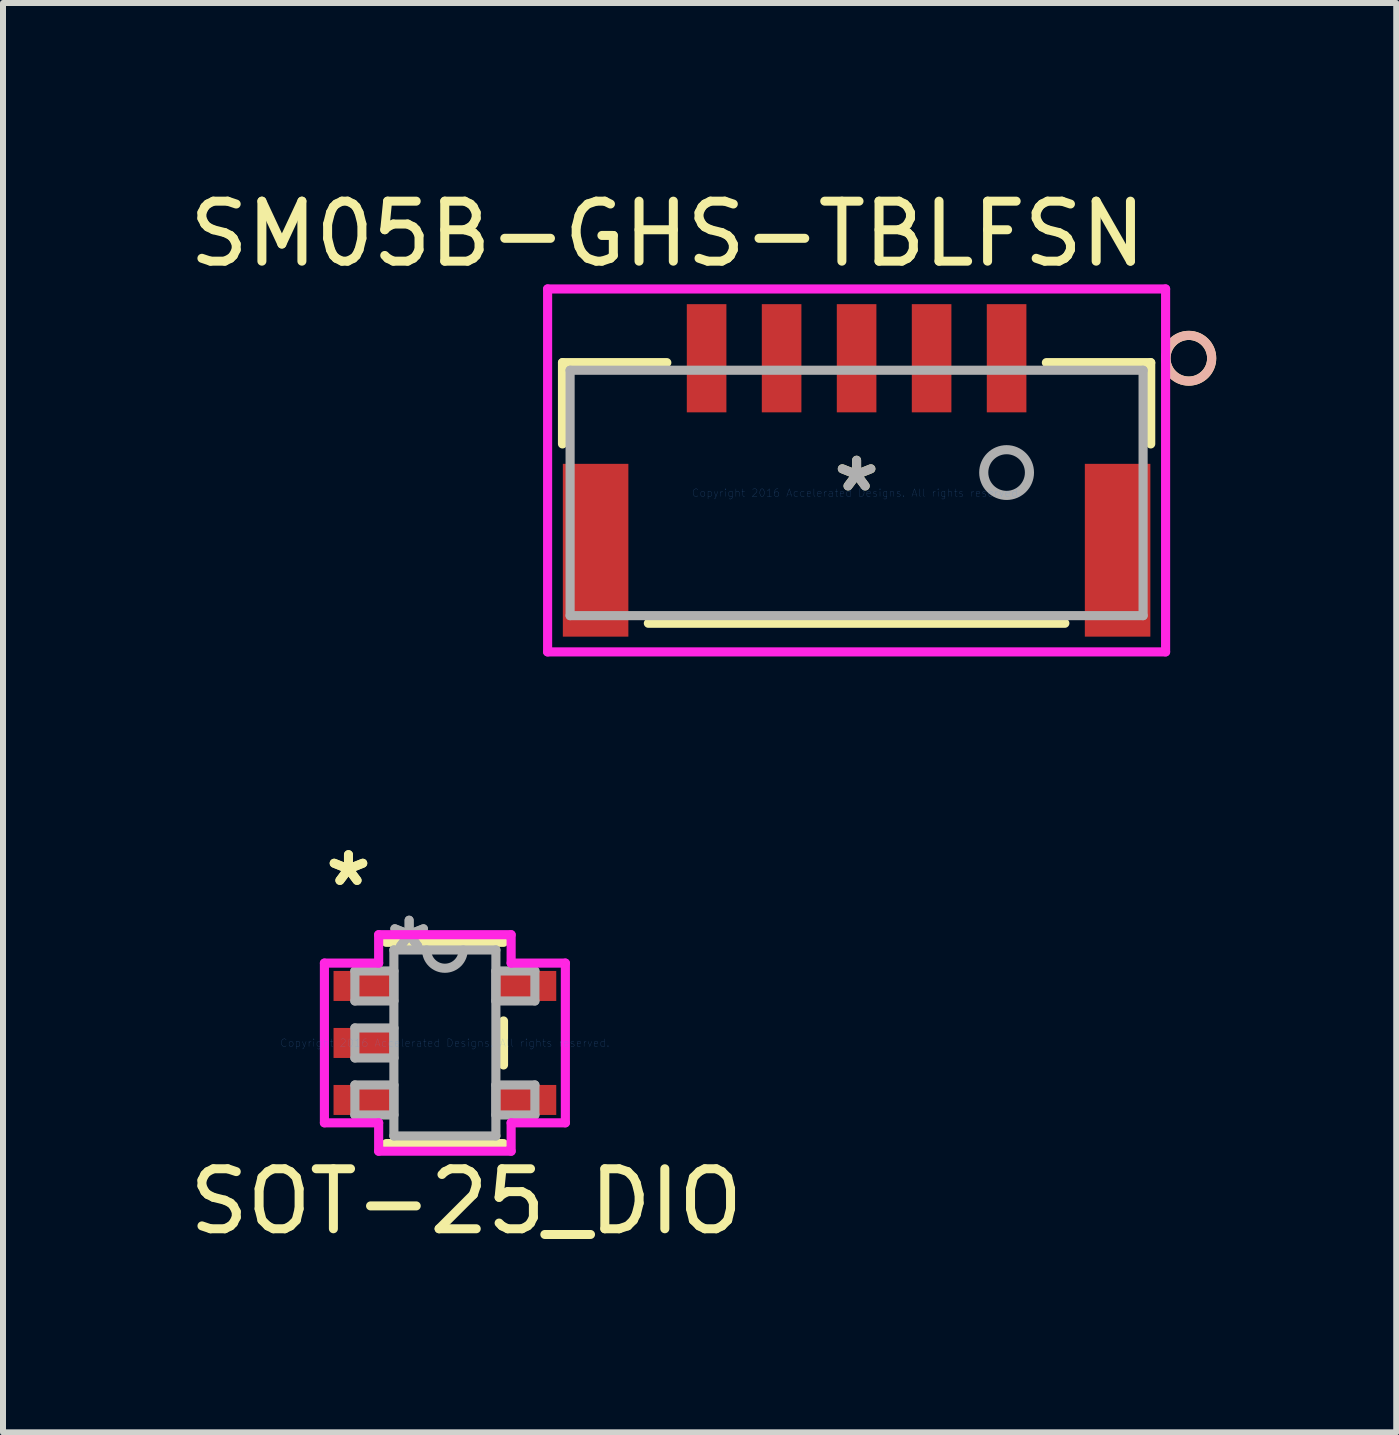
<source format=kicad_pcb>
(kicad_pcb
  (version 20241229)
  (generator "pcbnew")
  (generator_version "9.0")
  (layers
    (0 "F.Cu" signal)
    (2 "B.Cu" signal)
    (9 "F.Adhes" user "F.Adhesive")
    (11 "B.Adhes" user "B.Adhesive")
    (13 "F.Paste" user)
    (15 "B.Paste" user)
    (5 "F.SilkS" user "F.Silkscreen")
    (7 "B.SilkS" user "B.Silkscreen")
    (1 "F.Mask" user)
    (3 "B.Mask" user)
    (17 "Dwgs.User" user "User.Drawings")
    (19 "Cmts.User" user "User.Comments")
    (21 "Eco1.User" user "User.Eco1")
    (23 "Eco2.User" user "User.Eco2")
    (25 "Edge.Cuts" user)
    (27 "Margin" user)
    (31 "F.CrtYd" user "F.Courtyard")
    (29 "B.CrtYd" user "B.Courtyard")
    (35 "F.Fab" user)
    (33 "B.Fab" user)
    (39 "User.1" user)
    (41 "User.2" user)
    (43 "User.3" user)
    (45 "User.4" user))
  (footprint "SM05B-GHS-TBLFSN"
    (layer "F.Cu")
    (at 11.227 5.166)
    (property "Reference" "SM05B-GHS-TBLFSN" (at -3.15 -4.318 0) (layer "F.SilkS") (effects (font (size 1 1) (thickness 0.15))))
    (attr through_hole)
    (fp_line (start -4.902 -2.172) (end -4.902 -0.817) (stroke (width 0.152) (type solid)) (layer "F.SilkS"))
    (fp_line (start -3.471 2.172) (end 3.471 2.172) (stroke (width 0.152) (type solid)) (layer "F.SilkS"))
    (fp_line (start -3.163 -2.172) (end -4.902 -2.172) (stroke (width 0.152) (type solid)) (layer "F.SilkS"))
    (fp_line (start 4.902 -2.172) (end 3.163 -2.172) (stroke (width 0.152) (type solid)) (layer "F.SilkS"))
    (fp_line (start 4.902 -0.817) (end 4.902 -2.172) (stroke (width 0.152) (type solid)) (layer "F.SilkS"))
    (fp_circle (center 5.537 -2.245) (end 5.918 -2.245) (stroke (width 0.152) (type solid)) (fill no) (layer "F.SilkS"))
    (fp_circle (center 5.537 -2.245) (end 5.918 -2.245) (stroke (width 0.152) (type solid)) (fill no) (layer "B.SilkS"))
    (fp_line (start -5.15 -3.4) (end -5.15 2.649) (stroke (width 0.152) (type solid)) (layer "F.CrtYd"))
    (fp_line (start -5.15 2.649) (end 5.15 2.649) (stroke (width 0.152) (type solid)) (layer "F.CrtYd"))
    (fp_line (start 5.15 -3.4) (end -5.15 -3.4) (stroke (width 0.152) (type solid)) (layer "F.CrtYd"))
    (fp_line (start 5.15 2.649) (end 5.15 -3.4) (stroke (width 0.152) (type solid)) (layer "F.CrtYd"))
    (fp_line (start -4.775 -2.045) (end -4.775 2.045) (stroke (width 0.152) (type solid)) (layer "F.Fab"))
    (fp_line (start -4.775 2.045) (end 4.775 2.045) (stroke (width 0.152) (type solid)) (layer "F.Fab"))
    (fp_line (start 4.775 -2.045) (end -4.775 -2.045) (stroke (width 0.152) (type solid)) (layer "F.Fab"))
    (fp_line (start 4.775 2.045) (end 4.775 -2.045) (stroke (width 0.152) (type solid)) (layer "F.Fab"))
    (fp_circle (center 2.5 -0.34) (end 2.881 -0.34) (stroke (width 0.152) (type solid)) (fill no) (layer "F.Fab"))
    (fp_text user "*" (at 0 0 0) (layer "F.SilkS") (effects (font (size 1 1) (thickness 0.15))))
    (fp_text user "Copyright 2016 Accelerated Designs. All rights reserved." (at 0 0 0) (layer "Cmts.User") (effects (font (size 0.127 0.127) (thickness 0.002))))
    (fp_text user "*" (at 0 0 0) (layer "F.Fab") (effects (font (size 1 1) (thickness 0.15))))
    (pad "" smd rect (at -4.35 0.955) (size 1.092 2.88) (layers "F.Cu" "F.Mask" "F.Paste"))
    (pad "" smd rect (at 4.35 0.955) (size 1.092 2.88) (layers "F.Cu" "F.Mask" "F.Paste"))
    (pad "1" smd rect (at 2.5 -2.245) (size 0.66 1.803) (layers "F.Cu" "F.Mask" "F.Paste"))
    (pad "2" smd rect (at 1.25 -2.245) (size 0.66 1.803) (layers "F.Cu" "F.Mask" "F.Paste"))
    (pad "3" smd rect (at 0 -2.245) (size 0.66 1.803) (layers "F.Cu" "F.Mask" "F.Paste"))
    (pad "4" smd rect (at -1.25 -2.245) (size 0.66 1.803) (layers "F.Cu" "F.Mask" "F.Paste"))
    (pad "5" smd rect (at -2.5 -2.245) (size 0.66 1.803) (layers "F.Cu" "F.Mask" "F.Paste")))
  (footprint "SOT-25_DIO"
    (layer "F.Cu")
    (at 4.365 14.333)
    (property "Reference" "SOT-25_DIO" (at 0.356 2.642 0) (layer "F.SilkS") (effects (font (size 1 1) (thickness 0.15))))
    (attr through_hole)
    (fp_line (start -0.977 1.677) (end 0.977 1.677) (stroke (width 0.152) (type solid)) (layer "F.SilkS"))
    (fp_line (start 0.977 -1.677) (end -0.977 -1.677) (stroke (width 0.152) (type solid)) (layer "F.SilkS"))
    (fp_line (start 0.977 0.367) (end 0.977 -0.367) (stroke (width 0.152) (type solid)) (layer "F.SilkS"))
    (fp_line (start -2.008 -1.331) (end -1.104 -1.331) (stroke (width 0.152) (type solid)) (layer "F.CrtYd"))
    (fp_line (start -2.008 1.331) (end -2.008 -1.331) (stroke (width 0.152) (type solid)) (layer "F.CrtYd"))
    (fp_line (start -1.104 -1.804) (end 1.104 -1.804) (stroke (width 0.152) (type solid)) (layer "F.CrtYd"))
    (fp_line (start -1.104 -1.331) (end -1.104 -1.804) (stroke (width 0.152) (type solid)) (layer "F.CrtYd"))
    (fp_line (start -1.104 1.331) (end -2.008 1.331) (stroke (width 0.152) (type solid)) (layer "F.CrtYd"))
    (fp_line (start -1.104 1.804) (end -1.104 1.331) (stroke (width 0.152) (type solid)) (layer "F.CrtYd"))
    (fp_line (start 1.104 -1.804) (end 1.104 -1.331) (stroke (width 0.152) (type solid)) (layer "F.CrtYd"))
    (fp_line (start 1.104 -1.331) (end 2.008 -1.331) (stroke (width 0.152) (type solid)) (layer "F.CrtYd"))
    (fp_line (start 1.104 1.331) (end 1.104 1.804) (stroke (width 0.152) (type solid)) (layer "F.CrtYd"))
    (fp_line (start 1.104 1.804) (end -1.104 1.804) (stroke (width 0.152) (type solid)) (layer "F.CrtYd"))
    (fp_line (start 2.008 -1.331) (end 2.008 1.331) (stroke (width 0.152) (type solid)) (layer "F.CrtYd"))
    (fp_line (start 2.008 1.331) (end 1.104 1.331) (stroke (width 0.152) (type solid)) (layer "F.CrtYd"))
    (fp_line (start -1.5 -1.2) (end -1.5 -0.7) (stroke (width 0.152) (type solid)) (layer "F.Fab"))
    (fp_line (start -1.5 -0.7) (end -0.85 -0.7) (stroke (width 0.152) (type solid)) (layer "F.Fab"))
    (fp_line (start -1.5 -0.25) (end -1.5 0.25) (stroke (width 0.152) (type solid)) (layer "F.Fab"))
    (fp_line (start -1.5 0.25) (end -0.85 0.25) (stroke (width 0.152) (type solid)) (layer "F.Fab"))
    (fp_line (start -1.5 0.7) (end -1.5 1.2) (stroke (width 0.152) (type solid)) (layer "F.Fab"))
    (fp_line (start -1.5 1.2) (end -0.85 1.2) (stroke (width 0.152) (type solid)) (layer "F.Fab"))
    (fp_line (start -0.85 -1.55) (end -0.85 1.55) (stroke (width 0.152) (type solid)) (layer "F.Fab"))
    (fp_line (start -0.85 -1.2) (end -1.5 -1.2) (stroke (width 0.152) (type solid)) (layer "F.Fab"))
    (fp_line (start -0.85 -0.7) (end -0.85 -1.2) (stroke (width 0.152) (type solid)) (layer "F.Fab"))
    (fp_line (start -0.85 -0.25) (end -1.5 -0.25) (stroke (width 0.152) (type solid)) (layer "F.Fab"))
    (fp_line (start -0.85 0.25) (end -0.85 -0.25) (stroke (width 0.152) (type solid)) (layer "F.Fab"))
    (fp_line (start -0.85 0.7) (end -1.5 0.7) (stroke (width 0.152) (type solid)) (layer "F.Fab"))
    (fp_line (start -0.85 1.2) (end -0.85 0.7) (stroke (width 0.152) (type solid)) (layer "F.Fab"))
    (fp_line (start -0.85 1.55) (end 0.85 1.55) (stroke (width 0.152) (type solid)) (layer "F.Fab"))
    (fp_line (start 0.85 -1.55) (end -0.85 -1.55) (stroke (width 0.152) (type solid)) (layer "F.Fab"))
    (fp_line (start 0.85 -1.2) (end 0.85 -0.7) (stroke (width 0.152) (type solid)) (layer "F.Fab"))
    (fp_line (start 0.85 -0.7) (end 1.5 -0.7) (stroke (width 0.152) (type solid)) (layer "F.Fab"))
    (fp_line (start 0.85 0.7) (end 0.85 1.2) (stroke (width 0.152) (type solid)) (layer "F.Fab"))
    (fp_line (start 0.85 1.2) (end 1.5 1.2) (stroke (width 0.152) (type solid)) (layer "F.Fab"))
    (fp_line (start 0.85 1.55) (end 0.85 -1.55) (stroke (width 0.152) (type solid)) (layer "F.Fab"))
    (fp_line (start 1.5 -1.2) (end 0.85 -1.2) (stroke (width 0.152) (type solid)) (layer "F.Fab"))
    (fp_line (start 1.5 -0.7) (end 1.5 -1.2) (stroke (width 0.152) (type solid)) (layer "F.Fab"))
    (fp_line (start 1.5 0.7) (end 0.85 0.7) (stroke (width 0.152) (type solid)) (layer "F.Fab"))
    (fp_line (start 1.5 1.2) (end 1.5 0.7) (stroke (width 0.152) (type solid)) (layer "F.Fab"))
    (fp_arc (start 0.3048 -1.549999) (mid 0 -1.245199) (end -0.3048 -1.549999) (stroke (width 0.1524) (type solid)) (layer "F.Fab"))
    (fp_text user "*" (at -1.607 -2.593 0) (layer "F.SilkS") (effects (font (size 1 1) (thickness 0.15))))
    (fp_text user "*" (at -1.607 -2.593 0) (layer "F.SilkS") (effects (font (size 1 1) (thickness 0.15))))
    (fp_text user "Copyright 2016 Accelerated Designs. All rights reserved." (at 0 0 0) (layer "Cmts.User") (effects (font (size 0.127 0.127) (thickness 0.002))))
    (fp_text user "*" (at -0.596 -1.501 0) (layer "F.Fab") (effects (font (size 1 1) (thickness 0.15))))
    (fp_text user "*" (at -0.596 -1.501 0) (layer "F.Fab") (effects (font (size 1 1) (thickness 0.15))))
    (pad "1" smd rect (at -1.353 -0.95) (size 1.006 0.5) (layers "F.Cu" "F.Mask" "F.Paste"))
    (pad "2" smd rect (at -1.353 0) (size 1.006 0.5) (layers "F.Cu" "F.Mask" "F.Paste"))
    (pad "3" smd rect (at -1.353 0.95) (size 1.006 0.5) (layers "F.Cu" "F.Mask" "F.Paste"))
    (pad "4" smd rect (at 1.353 0.95) (size 1.006 0.5) (layers "F.Cu" "F.Mask" "F.Paste"))
    (pad "5" smd rect (at 1.353 -0.95) (size 1.006 0.5) (layers "F.Cu" "F.Mask" "F.Paste")))
  (gr_rect
    (start -3 -3)
    (end 20.221 20.823)
    (stroke (width 0.1) (type default))
    (fill no)
    (layer "Edge.Cuts")))
</source>
